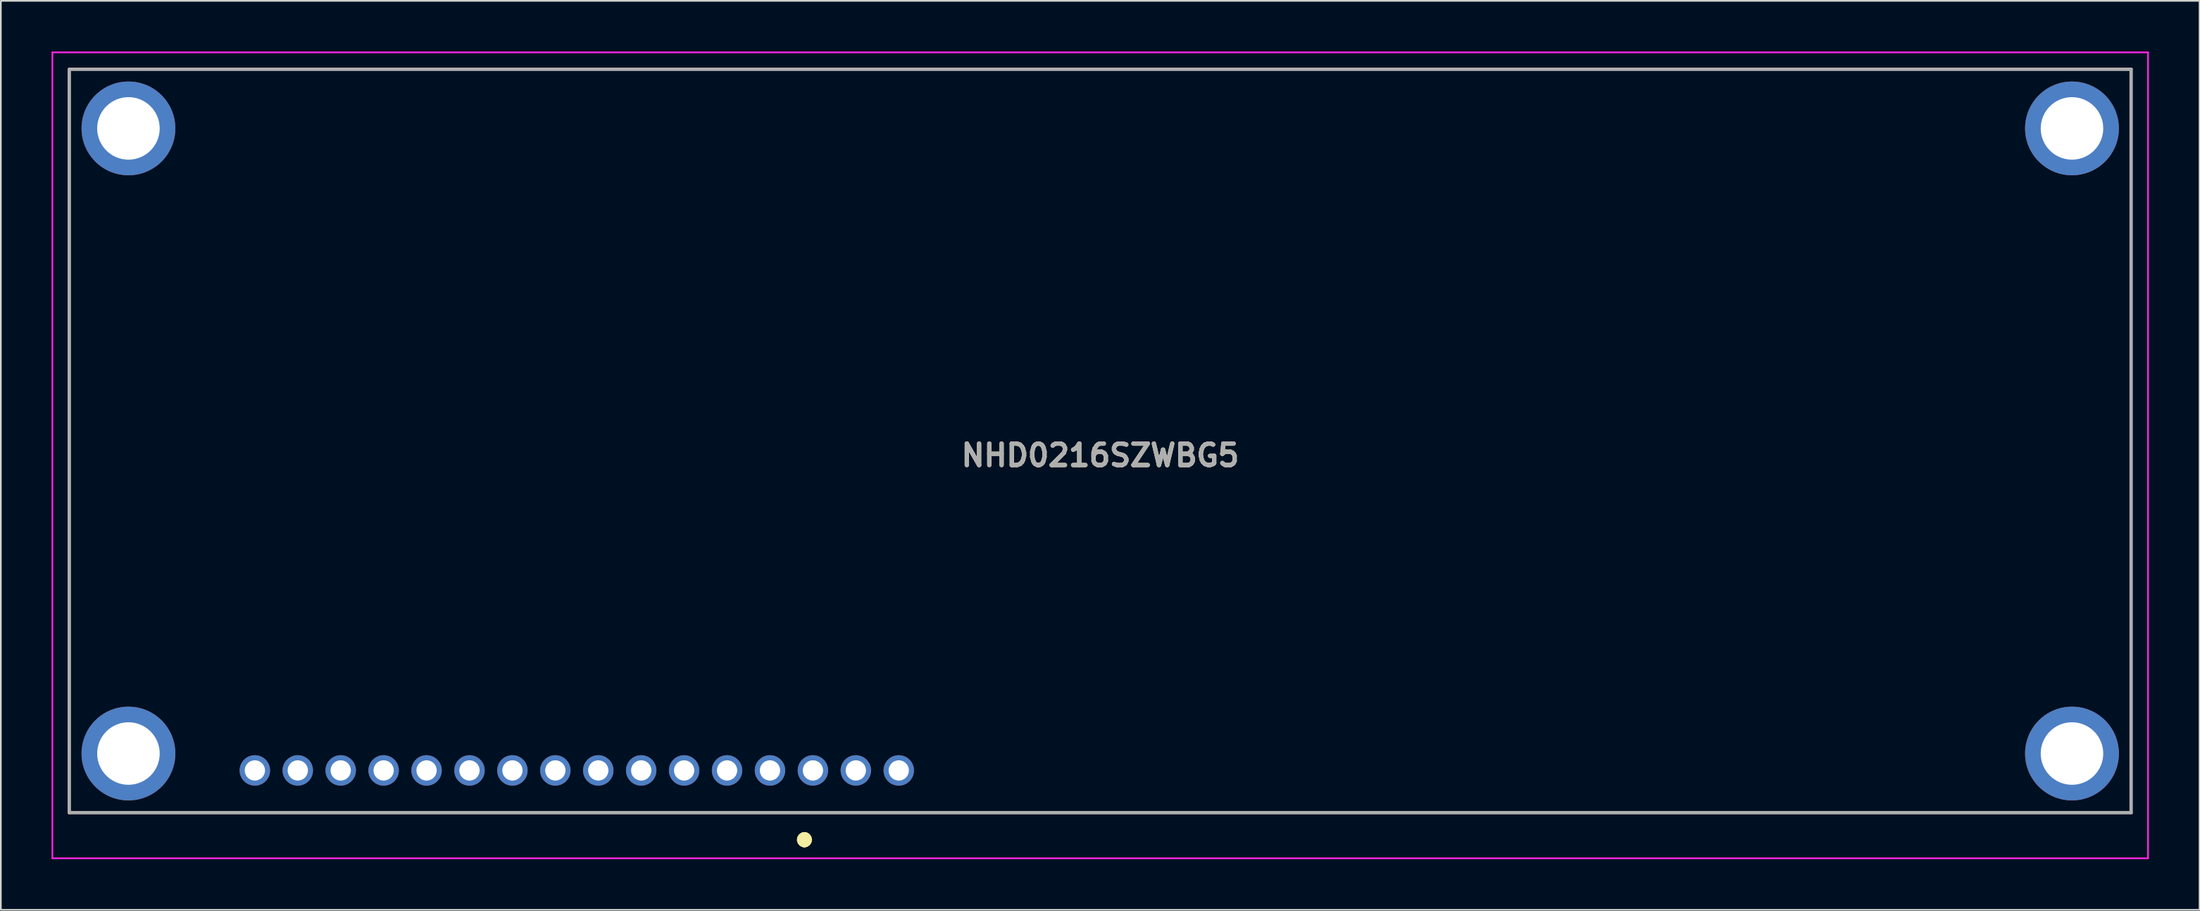
<source format=kicad_pcb>
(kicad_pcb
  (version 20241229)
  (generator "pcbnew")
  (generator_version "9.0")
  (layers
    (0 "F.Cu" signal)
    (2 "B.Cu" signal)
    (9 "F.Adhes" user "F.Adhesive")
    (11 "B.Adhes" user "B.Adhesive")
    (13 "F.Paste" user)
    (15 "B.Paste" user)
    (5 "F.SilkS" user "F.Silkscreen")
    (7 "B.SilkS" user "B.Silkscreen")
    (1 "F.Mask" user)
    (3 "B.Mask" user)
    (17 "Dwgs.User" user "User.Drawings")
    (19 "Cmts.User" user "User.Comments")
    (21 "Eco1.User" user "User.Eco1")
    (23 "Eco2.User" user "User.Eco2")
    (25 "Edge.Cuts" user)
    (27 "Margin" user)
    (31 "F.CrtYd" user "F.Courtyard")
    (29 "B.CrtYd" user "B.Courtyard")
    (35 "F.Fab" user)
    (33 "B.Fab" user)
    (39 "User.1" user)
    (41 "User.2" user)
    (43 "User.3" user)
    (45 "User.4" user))
  (footprint "NHD0216SZWBG5"
    (layer "F.Cu")
    (at 45.05 42.55)
    (property "Reference" "NHD0216SZWBG5" (at 17 -18.65 0) (layer "F.SilkS") (effects (font (size 1.27 1.27) (thickness 0.254))))
    (attr through_hole)
    (fp_line (start -44 -41.5) (end 78 -41.5) (stroke (width 0.1) (type solid)) (layer "F.SilkS"))
    (fp_line (start -44 2.5) (end -44 -41.5) (stroke (width 0.1) (type solid)) (layer "F.SilkS"))
    (fp_line (start -0.5 4) (end -0.5 4) (stroke (width 0.7) (type solid)) (layer "F.SilkS"))
    (fp_line (start -0.5 4.2) (end -0.5 4.2) (stroke (width 0.7) (type solid)) (layer "F.SilkS"))
    (fp_line (start 78 -41.5) (end 78 2.5) (stroke (width 0.1) (type solid)) (layer "F.SilkS"))
    (fp_line (start 78 2.5) (end -44 2.5) (stroke (width 0.1) (type solid)) (layer "F.SilkS"))
    (fp_arc (start -0.5 4) (mid -0.4 4.1) (end -0.5 4.2) (stroke (width 0.7) (type solid)) (layer "F.SilkS"))
    (fp_arc (start -0.5 4.2) (mid -0.6 4.1) (end -0.5 4) (stroke (width 0.7) (type solid)) (layer "F.SilkS"))
    (fp_line (start -45 -42.5) (end 79 -42.5) (stroke (width 0.1) (type solid)) (layer "F.CrtYd"))
    (fp_line (start -45 5.2) (end -45 -42.5) (stroke (width 0.1) (type solid)) (layer "F.CrtYd"))
    (fp_line (start 79 -42.5) (end 79 5.2) (stroke (width 0.1) (type solid)) (layer "F.CrtYd"))
    (fp_line (start 79 5.2) (end -45 5.2) (stroke (width 0.1) (type solid)) (layer "F.CrtYd"))
    (fp_line (start -44 -41.5) (end 78 -41.5) (stroke (width 0.2) (type solid)) (layer "F.Fab"))
    (fp_line (start -44 2.5) (end -44 -41.5) (stroke (width 0.2) (type solid)) (layer "F.Fab"))
    (fp_line (start 78 -41.5) (end 78 2.5) (stroke (width 0.2) (type solid)) (layer "F.Fab"))
    (fp_line (start 78 2.5) (end -44 2.5) (stroke (width 0.2) (type solid)) (layer "F.Fab"))
    (fp_text user "${REFERENCE}" (at 17 -18.65 0) (layer "F.Fab") (effects (font (size 1.27 1.27) (thickness 0.254))))
    (pad "1" thru_hole circle (at 0 0) (size 1.8 1.8) (drill 1.2) (layers "*.Cu" "*.Mask"))
    (pad "2" thru_hole circle (at -2.54 0) (size 1.8 1.8) (drill 1.2) (layers "*.Cu" "*.Mask"))
    (pad "3" thru_hole circle (at -5.08 0) (size 1.8 1.8) (drill 1.2) (layers "*.Cu" "*.Mask"))
    (pad "4" thru_hole circle (at -7.62 0) (size 1.8 1.8) (drill 1.2) (layers "*.Cu" "*.Mask"))
    (pad "5" thru_hole circle (at -10.16 0) (size 1.8 1.8) (drill 1.2) (layers "*.Cu" "*.Mask"))
    (pad "6" thru_hole circle (at -12.7 0) (size 1.8 1.8) (drill 1.2) (layers "*.Cu" "*.Mask"))
    (pad "7" thru_hole circle (at -15.24 0) (size 1.8 1.8) (drill 1.2) (layers "*.Cu" "*.Mask"))
    (pad "8" thru_hole circle (at -17.78 0) (size 1.8 1.8) (drill 1.2) (layers "*.Cu" "*.Mask"))
    (pad "9" thru_hole circle (at -20.32 0) (size 1.8 1.8) (drill 1.2) (layers "*.Cu" "*.Mask"))
    (pad "10" thru_hole circle (at -22.86 0) (size 1.8 1.8) (drill 1.2) (layers "*.Cu" "*.Mask"))
    (pad "11" thru_hole circle (at -25.4 0) (size 1.8 1.8) (drill 1.2) (layers "*.Cu" "*.Mask"))
    (pad "12" thru_hole circle (at -27.94 0) (size 1.8 1.8) (drill 1.2) (layers "*.Cu" "*.Mask"))
    (pad "13" thru_hole circle (at -30.48 0) (size 1.8 1.8) (drill 1.2) (layers "*.Cu" "*.Mask"))
    (pad "14" thru_hole circle (at -33.02 0) (size 1.8 1.8) (drill 1.2) (layers "*.Cu" "*.Mask"))
    (pad "15" thru_hole circle (at 2.54 0) (size 1.8 1.8) (drill 1.2) (layers "*.Cu" "*.Mask"))
    (pad "16" thru_hole circle (at 5.08 0) (size 1.8 1.8) (drill 1.2) (layers "*.Cu" "*.Mask"))
    (pad "MH1" thru_hole circle (at -40.5 -1) (size 5.55 5.55) (drill 3.7) (layers "*.Cu" "*.Mask"))
    (pad "MH2" thru_hole circle (at -40.5 -38) (size 5.55 5.55) (drill 3.7) (layers "*.Cu" "*.Mask"))
    (pad "MH3" thru_hole circle (at 74.5 -1) (size 5.55 5.55) (drill 3.7) (layers "*.Cu" "*.Mask"))
    (pad "MH4" thru_hole circle (at 74.5 -38) (size 5.55 5.55) (drill 3.7) (layers "*.Cu" "*.Mask")))
  (gr_rect
    (start -3 -3)
    (end 127.1 50.8)
    (stroke (width 0.1) (type default))
    (fill no)
    (layer "Edge.Cuts")))
</source>
